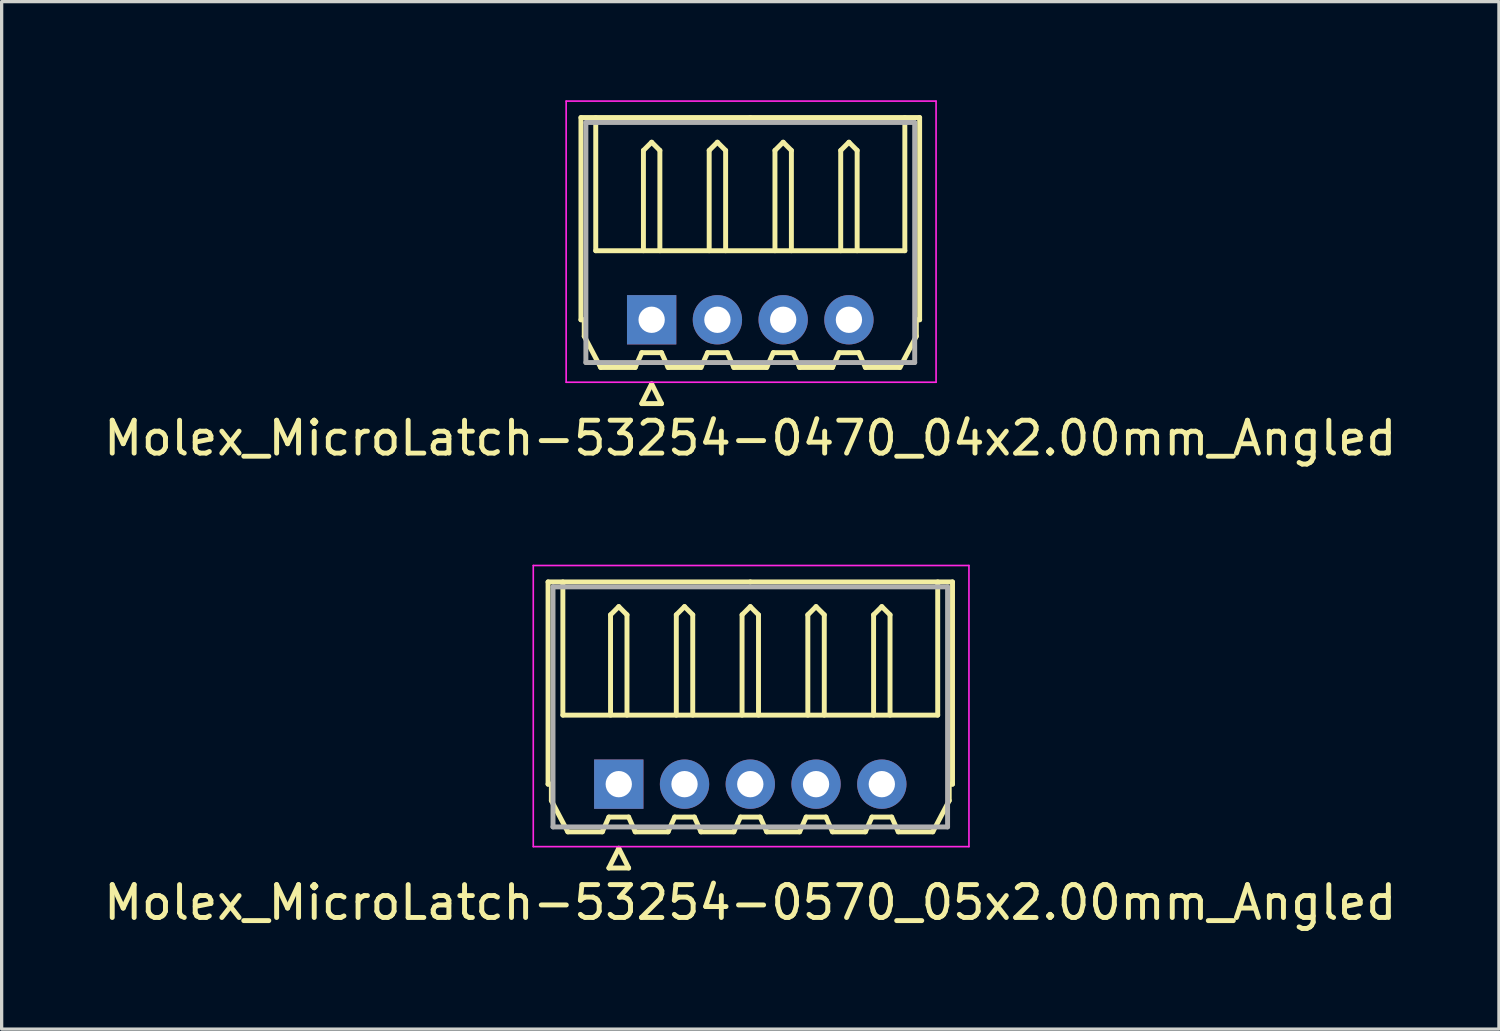
<source format=kicad_pcb>
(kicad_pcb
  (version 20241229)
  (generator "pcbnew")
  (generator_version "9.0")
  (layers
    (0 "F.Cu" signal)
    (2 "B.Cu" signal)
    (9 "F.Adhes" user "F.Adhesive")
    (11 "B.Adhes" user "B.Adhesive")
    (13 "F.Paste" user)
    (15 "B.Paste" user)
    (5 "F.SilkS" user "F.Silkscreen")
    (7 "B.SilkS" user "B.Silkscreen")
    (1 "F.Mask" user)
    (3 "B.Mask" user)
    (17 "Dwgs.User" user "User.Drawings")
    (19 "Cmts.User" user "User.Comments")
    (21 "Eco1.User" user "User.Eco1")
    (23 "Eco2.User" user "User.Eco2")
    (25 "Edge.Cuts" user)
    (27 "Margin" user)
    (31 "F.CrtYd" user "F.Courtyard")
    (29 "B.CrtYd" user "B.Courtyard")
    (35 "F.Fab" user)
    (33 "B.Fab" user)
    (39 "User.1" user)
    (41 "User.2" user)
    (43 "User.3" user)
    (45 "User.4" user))
  (footprint "Molex_MicroLatch-53254-0570_05x2.00mm_Angled"
    (layer "F.Cu")
    (at 15.768 20.798)
    (property "Reference" "Molex_MicroLatch-53254-0570_05x2.00mm_Angled" (at 4 3.6 0) (layer "F.SilkS") (effects (font (size 1 1) (thickness 0.15))))
    (attr through_hole)
    (fp_line (start -2.15 -6.15) (end 4 -6.15) (stroke (width 0.15) (type solid)) (layer "F.SilkS"))
    (fp_line (start -2.15 0) (end -2.15 -6.15) (stroke (width 0.15) (type solid)) (layer "F.SilkS"))
    (fp_line (start -2.05 0) (end -2.15 0) (stroke (width 0.15) (type solid)) (layer "F.SilkS"))
    (fp_line (start -2.05 0.5) (end -2.05 0) (stroke (width 0.15) (type solid)) (layer "F.SilkS"))
    (fp_line (start -1.7 -6.15) (end -1.7 -2.1) (stroke (width 0.15) (type solid)) (layer "F.SilkS"))
    (fp_line (start -1.7 -2.1) (end 9.7 -2.1) (stroke (width 0.15) (type solid)) (layer "F.SilkS"))
    (fp_line (start -1.55 1.45) (end -2.05 0.5) (stroke (width 0.15) (type solid)) (layer "F.SilkS"))
    (fp_line (start -0.5 1.45) (end -1.55 1.45) (stroke (width 0.15) (type solid)) (layer "F.SilkS"))
    (fp_line (start -0.3 1) (end -0.5 1.45) (stroke (width 0.15) (type solid)) (layer "F.SilkS"))
    (fp_line (start -0.3 1) (end 0.3 1) (stroke (width 0.15) (type solid)) (layer "F.SilkS"))
    (fp_line (start -0.3 2.55) (end 0.3 2.55) (stroke (width 0.15) (type solid)) (layer "F.SilkS"))
    (fp_line (start -0.25 -5.15) (end 0 -5.4) (stroke (width 0.15) (type solid)) (layer "F.SilkS"))
    (fp_line (start -0.25 -2.1) (end -0.25 -5.15) (stroke (width 0.15) (type solid)) (layer "F.SilkS"))
    (fp_line (start 0 -5.4) (end 0.25 -5.15) (stroke (width 0.15) (type solid)) (layer "F.SilkS"))
    (fp_line (start 0 1.95) (end -0.3 2.55) (stroke (width 0.15) (type solid)) (layer "F.SilkS"))
    (fp_line (start 0.25 -5.15) (end 0.25 -2.1) (stroke (width 0.15) (type solid)) (layer "F.SilkS"))
    (fp_line (start 0.3 1) (end 0.5 1.45) (stroke (width 0.15) (type solid)) (layer "F.SilkS"))
    (fp_line (start 0.3 2.55) (end 0 1.95) (stroke (width 0.15) (type solid)) (layer "F.SilkS"))
    (fp_line (start 0.5 1.45) (end 1.5 1.45) (stroke (width 0.15) (type solid)) (layer "F.SilkS"))
    (fp_line (start 1.5 1.45) (end 1.7 1) (stroke (width 0.15) (type solid)) (layer "F.SilkS"))
    (fp_line (start 1.7 1) (end 2.3 1) (stroke (width 0.15) (type solid)) (layer "F.SilkS"))
    (fp_line (start 1.75 -5.15) (end 2 -5.4) (stroke (width 0.15) (type solid)) (layer "F.SilkS"))
    (fp_line (start 1.75 -2.1) (end 1.75 -5.15) (stroke (width 0.15) (type solid)) (layer "F.SilkS"))
    (fp_line (start 2 -5.4) (end 2.25 -5.15) (stroke (width 0.15) (type solid)) (layer "F.SilkS"))
    (fp_line (start 2.25 -5.15) (end 2.25 -2.1) (stroke (width 0.15) (type solid)) (layer "F.SilkS"))
    (fp_line (start 2.3 1) (end 2.5 1.45) (stroke (width 0.15) (type solid)) (layer "F.SilkS"))
    (fp_line (start 2.5 1.45) (end 3.5 1.45) (stroke (width 0.15) (type solid)) (layer "F.SilkS"))
    (fp_line (start 3.5 1.45) (end 3.7 1) (stroke (width 0.15) (type solid)) (layer "F.SilkS"))
    (fp_line (start 3.7 1) (end 4.3 1) (stroke (width 0.15) (type solid)) (layer "F.SilkS"))
    (fp_line (start 3.75 -5.15) (end 4 -5.4) (stroke (width 0.15) (type solid)) (layer "F.SilkS"))
    (fp_line (start 3.75 -2.1) (end 3.75 -5.15) (stroke (width 0.15) (type solid)) (layer "F.SilkS"))
    (fp_line (start 4 -5.4) (end 4.25 -5.15) (stroke (width 0.15) (type solid)) (layer "F.SilkS"))
    (fp_line (start 4.25 -5.15) (end 4.25 -2.1) (stroke (width 0.15) (type solid)) (layer "F.SilkS"))
    (fp_line (start 4.3 1) (end 4.5 1.45) (stroke (width 0.15) (type solid)) (layer "F.SilkS"))
    (fp_line (start 4.5 1.45) (end 5.5 1.45) (stroke (width 0.15) (type solid)) (layer "F.SilkS"))
    (fp_line (start 5.5 1.45) (end 5.7 1) (stroke (width 0.15) (type solid)) (layer "F.SilkS"))
    (fp_line (start 5.7 1) (end 6.3 1) (stroke (width 0.15) (type solid)) (layer "F.SilkS"))
    (fp_line (start 5.75 -5.15) (end 6 -5.4) (stroke (width 0.15) (type solid)) (layer "F.SilkS"))
    (fp_line (start 5.75 -2.1) (end 5.75 -5.15) (stroke (width 0.15) (type solid)) (layer "F.SilkS"))
    (fp_line (start 6 -5.4) (end 6.25 -5.15) (stroke (width 0.15) (type solid)) (layer "F.SilkS"))
    (fp_line (start 6.25 -5.15) (end 6.25 -2.1) (stroke (width 0.15) (type solid)) (layer "F.SilkS"))
    (fp_line (start 6.3 1) (end 6.5 1.45) (stroke (width 0.15) (type solid)) (layer "F.SilkS"))
    (fp_line (start 6.5 1.45) (end 7.5 1.45) (stroke (width 0.15) (type solid)) (layer "F.SilkS"))
    (fp_line (start 7.5 1.45) (end 7.7 1) (stroke (width 0.15) (type solid)) (layer "F.SilkS"))
    (fp_line (start 7.7 1) (end 8.3 1) (stroke (width 0.15) (type solid)) (layer "F.SilkS"))
    (fp_line (start 7.75 -5.15) (end 8 -5.4) (stroke (width 0.15) (type solid)) (layer "F.SilkS"))
    (fp_line (start 7.75 -2.1) (end 7.75 -5.15) (stroke (width 0.15) (type solid)) (layer "F.SilkS"))
    (fp_line (start 8 -5.4) (end 8.25 -5.15) (stroke (width 0.15) (type solid)) (layer "F.SilkS"))
    (fp_line (start 8.25 -5.15) (end 8.25 -2.1) (stroke (width 0.15) (type solid)) (layer "F.SilkS"))
    (fp_line (start 8.3 1) (end 8.5 1.45) (stroke (width 0.15) (type solid)) (layer "F.SilkS"))
    (fp_line (start 8.5 1.45) (end 9.55 1.45) (stroke (width 0.15) (type solid)) (layer "F.SilkS"))
    (fp_line (start 9.55 1.45) (end 10.05 0.5) (stroke (width 0.15) (type solid)) (layer "F.SilkS"))
    (fp_line (start 9.7 -2.1) (end 9.7 -6.15) (stroke (width 0.15) (type solid)) (layer "F.SilkS"))
    (fp_line (start 10.05 0) (end 10.15 0) (stroke (width 0.15) (type solid)) (layer "F.SilkS"))
    (fp_line (start 10.05 0.5) (end 10.05 0) (stroke (width 0.15) (type solid)) (layer "F.SilkS"))
    (fp_line (start 10.15 -6.15) (end 4 -6.15) (stroke (width 0.15) (type solid)) (layer "F.SilkS"))
    (fp_line (start 10.15 0) (end 10.15 -6.15) (stroke (width 0.15) (type solid)) (layer "F.SilkS"))
    (fp_line (start -2.6 -6.65) (end -2.6 1.9) (stroke (width 0.05) (type solid)) (layer "F.CrtYd"))
    (fp_line (start -2.6 1.9) (end 10.65 1.9) (stroke (width 0.05) (type solid)) (layer "F.CrtYd"))
    (fp_line (start 10.65 -6.65) (end -2.6 -6.65) (stroke (width 0.05) (type solid)) (layer "F.CrtYd"))
    (fp_line (start 10.65 1.9) (end 10.65 -6.65) (stroke (width 0.05) (type solid)) (layer "F.CrtYd"))
    (fp_line (start -2 -6) (end -2 1.3) (stroke (width 0.15) (type solid)) (layer "F.Fab"))
    (fp_line (start -2 1.3) (end 10 1.3) (stroke (width 0.15) (type solid)) (layer "F.Fab"))
    (fp_line (start 10 -6) (end -2 -6) (stroke (width 0.15) (type solid)) (layer "F.Fab"))
    (fp_line (start 10 1.3) (end 10 -6) (stroke (width 0.15) (type solid)) (layer "F.Fab"))
    (pad "1" thru_hole rect (at 0 0) (size 1.5 1.5) (drill 0.8) (layers "*.Cu" "*.Mask"))
    (pad "2" thru_hole circle (at 2 0) (size 1.5 1.5) (drill 0.8) (layers "*.Cu" "*.Mask"))
    (pad "3" thru_hole circle (at 4 0) (size 1.5 1.5) (drill 0.8) (layers "*.Cu" "*.Mask"))
    (pad "4" thru_hole circle (at 6 0) (size 1.5 1.5) (drill 0.8) (layers "*.Cu" "*.Mask"))
    (pad "5" thru_hole circle (at 8 0) (size 1.5 1.5) (drill 0.8) (layers "*.Cu" "*.Mask")))
  (footprint "Molex_MicroLatch-53254-0470_04x2.00mm_Angled"
    (layer "F.Cu")
    (at 16.768 6.675)
    (property "Reference" "Molex_MicroLatch-53254-0470_04x2.00mm_Angled" (at 3 3.6 0) (layer "F.SilkS") (effects (font (size 1 1) (thickness 0.15))))
    (attr through_hole)
    (fp_line (start -2.15 -6.15) (end 3 -6.15) (stroke (width 0.15) (type solid)) (layer "F.SilkS"))
    (fp_line (start -2.15 0) (end -2.15 -6.15) (stroke (width 0.15) (type solid)) (layer "F.SilkS"))
    (fp_line (start -2.05 0) (end -2.15 0) (stroke (width 0.15) (type solid)) (layer "F.SilkS"))
    (fp_line (start -2.05 0.5) (end -2.05 0) (stroke (width 0.15) (type solid)) (layer "F.SilkS"))
    (fp_line (start -1.7 -6.15) (end -1.7 -2.1) (stroke (width 0.15) (type solid)) (layer "F.SilkS"))
    (fp_line (start -1.7 -2.1) (end 7.7 -2.1) (stroke (width 0.15) (type solid)) (layer "F.SilkS"))
    (fp_line (start -1.55 1.45) (end -2.05 0.5) (stroke (width 0.15) (type solid)) (layer "F.SilkS"))
    (fp_line (start -0.5 1.45) (end -1.55 1.45) (stroke (width 0.15) (type solid)) (layer "F.SilkS"))
    (fp_line (start -0.3 1) (end -0.5 1.45) (stroke (width 0.15) (type solid)) (layer "F.SilkS"))
    (fp_line (start -0.3 1) (end 0.3 1) (stroke (width 0.15) (type solid)) (layer "F.SilkS"))
    (fp_line (start -0.3 2.55) (end 0.3 2.55) (stroke (width 0.15) (type solid)) (layer "F.SilkS"))
    (fp_line (start -0.25 -5.15) (end 0 -5.4) (stroke (width 0.15) (type solid)) (layer "F.SilkS"))
    (fp_line (start -0.25 -2.1) (end -0.25 -5.15) (stroke (width 0.15) (type solid)) (layer "F.SilkS"))
    (fp_line (start 0 -5.4) (end 0.25 -5.15) (stroke (width 0.15) (type solid)) (layer "F.SilkS"))
    (fp_line (start 0 1.95) (end -0.3 2.55) (stroke (width 0.15) (type solid)) (layer "F.SilkS"))
    (fp_line (start 0.25 -5.15) (end 0.25 -2.1) (stroke (width 0.15) (type solid)) (layer "F.SilkS"))
    (fp_line (start 0.3 1) (end 0.5 1.45) (stroke (width 0.15) (type solid)) (layer "F.SilkS"))
    (fp_line (start 0.3 2.55) (end 0 1.95) (stroke (width 0.15) (type solid)) (layer "F.SilkS"))
    (fp_line (start 0.5 1.45) (end 1.5 1.45) (stroke (width 0.15) (type solid)) (layer "F.SilkS"))
    (fp_line (start 1.5 1.45) (end 1.7 1) (stroke (width 0.15) (type solid)) (layer "F.SilkS"))
    (fp_line (start 1.7 1) (end 2.3 1) (stroke (width 0.15) (type solid)) (layer "F.SilkS"))
    (fp_line (start 1.75 -5.15) (end 2 -5.4) (stroke (width 0.15) (type solid)) (layer "F.SilkS"))
    (fp_line (start 1.75 -2.1) (end 1.75 -5.15) (stroke (width 0.15) (type solid)) (layer "F.SilkS"))
    (fp_line (start 2 -5.4) (end 2.25 -5.15) (stroke (width 0.15) (type solid)) (layer "F.SilkS"))
    (fp_line (start 2.25 -5.15) (end 2.25 -2.1) (stroke (width 0.15) (type solid)) (layer "F.SilkS"))
    (fp_line (start 2.3 1) (end 2.5 1.45) (stroke (width 0.15) (type solid)) (layer "F.SilkS"))
    (fp_line (start 2.5 1.45) (end 3.5 1.45) (stroke (width 0.15) (type solid)) (layer "F.SilkS"))
    (fp_line (start 3.5 1.45) (end 3.7 1) (stroke (width 0.15) (type solid)) (layer "F.SilkS"))
    (fp_line (start 3.7 1) (end 4.3 1) (stroke (width 0.15) (type solid)) (layer "F.SilkS"))
    (fp_line (start 3.75 -5.15) (end 4 -5.4) (stroke (width 0.15) (type solid)) (layer "F.SilkS"))
    (fp_line (start 3.75 -2.1) (end 3.75 -5.15) (stroke (width 0.15) (type solid)) (layer "F.SilkS"))
    (fp_line (start 4 -5.4) (end 4.25 -5.15) (stroke (width 0.15) (type solid)) (layer "F.SilkS"))
    (fp_line (start 4.25 -5.15) (end 4.25 -2.1) (stroke (width 0.15) (type solid)) (layer "F.SilkS"))
    (fp_line (start 4.3 1) (end 4.5 1.45) (stroke (width 0.15) (type solid)) (layer "F.SilkS"))
    (fp_line (start 4.5 1.45) (end 5.5 1.45) (stroke (width 0.15) (type solid)) (layer "F.SilkS"))
    (fp_line (start 5.5 1.45) (end 5.7 1) (stroke (width 0.15) (type solid)) (layer "F.SilkS"))
    (fp_line (start 5.7 1) (end 6.3 1) (stroke (width 0.15) (type solid)) (layer "F.SilkS"))
    (fp_line (start 5.75 -5.15) (end 6 -5.4) (stroke (width 0.15) (type solid)) (layer "F.SilkS"))
    (fp_line (start 5.75 -2.1) (end 5.75 -5.15) (stroke (width 0.15) (type solid)) (layer "F.SilkS"))
    (fp_line (start 6 -5.4) (end 6.25 -5.15) (stroke (width 0.15) (type solid)) (layer "F.SilkS"))
    (fp_line (start 6.25 -5.15) (end 6.25 -2.1) (stroke (width 0.15) (type solid)) (layer "F.SilkS"))
    (fp_line (start 6.3 1) (end 6.5 1.45) (stroke (width 0.15) (type solid)) (layer "F.SilkS"))
    (fp_line (start 6.5 1.45) (end 7.55 1.45) (stroke (width 0.15) (type solid)) (layer "F.SilkS"))
    (fp_line (start 7.55 1.45) (end 8.05 0.5) (stroke (width 0.15) (type solid)) (layer "F.SilkS"))
    (fp_line (start 7.7 -2.1) (end 7.7 -6.15) (stroke (width 0.15) (type solid)) (layer "F.SilkS"))
    (fp_line (start 8.05 0) (end 8.15 0) (stroke (width 0.15) (type solid)) (layer "F.SilkS"))
    (fp_line (start 8.05 0.5) (end 8.05 0) (stroke (width 0.15) (type solid)) (layer "F.SilkS"))
    (fp_line (start 8.15 -6.15) (end 3 -6.15) (stroke (width 0.15) (type solid)) (layer "F.SilkS"))
    (fp_line (start 8.15 0) (end 8.15 -6.15) (stroke (width 0.15) (type solid)) (layer "F.SilkS"))
    (fp_line (start -2.6 -6.65) (end -2.6 1.9) (stroke (width 0.05) (type solid)) (layer "F.CrtYd"))
    (fp_line (start -2.6 1.9) (end 8.65 1.9) (stroke (width 0.05) (type solid)) (layer "F.CrtYd"))
    (fp_line (start 8.65 -6.65) (end -2.6 -6.65) (stroke (width 0.05) (type solid)) (layer "F.CrtYd"))
    (fp_line (start 8.65 1.9) (end 8.65 -6.65) (stroke (width 0.05) (type solid)) (layer "F.CrtYd"))
    (fp_line (start -2 -6) (end -2 1.3) (stroke (width 0.15) (type solid)) (layer "F.Fab"))
    (fp_line (start -2 1.3) (end 8 1.3) (stroke (width 0.15) (type solid)) (layer "F.Fab"))
    (fp_line (start 8 -6) (end -2 -6) (stroke (width 0.15) (type solid)) (layer "F.Fab"))
    (fp_line (start 8 1.3) (end 8 -6) (stroke (width 0.15) (type solid)) (layer "F.Fab"))
    (pad "1" thru_hole rect (at 0 0) (size 1.5 1.5) (drill 0.8) (layers "*.Cu" "*.Mask"))
    (pad "2" thru_hole circle (at 2 0) (size 1.5 1.5) (drill 0.8) (layers "*.Cu" "*.Mask"))
    (pad "3" thru_hole circle (at 4 0) (size 1.5 1.5) (drill 0.8) (layers "*.Cu" "*.Mask"))
    (pad "4" thru_hole circle (at 6 0) (size 1.5 1.5) (drill 0.8) (layers "*.Cu" "*.Mask")))
  (gr_rect
    (start -3 -3)
    (end 42.536 28.247)
    (stroke (width 0.1) (type default))
    (fill no)
    (layer "Edge.Cuts")))
</source>
